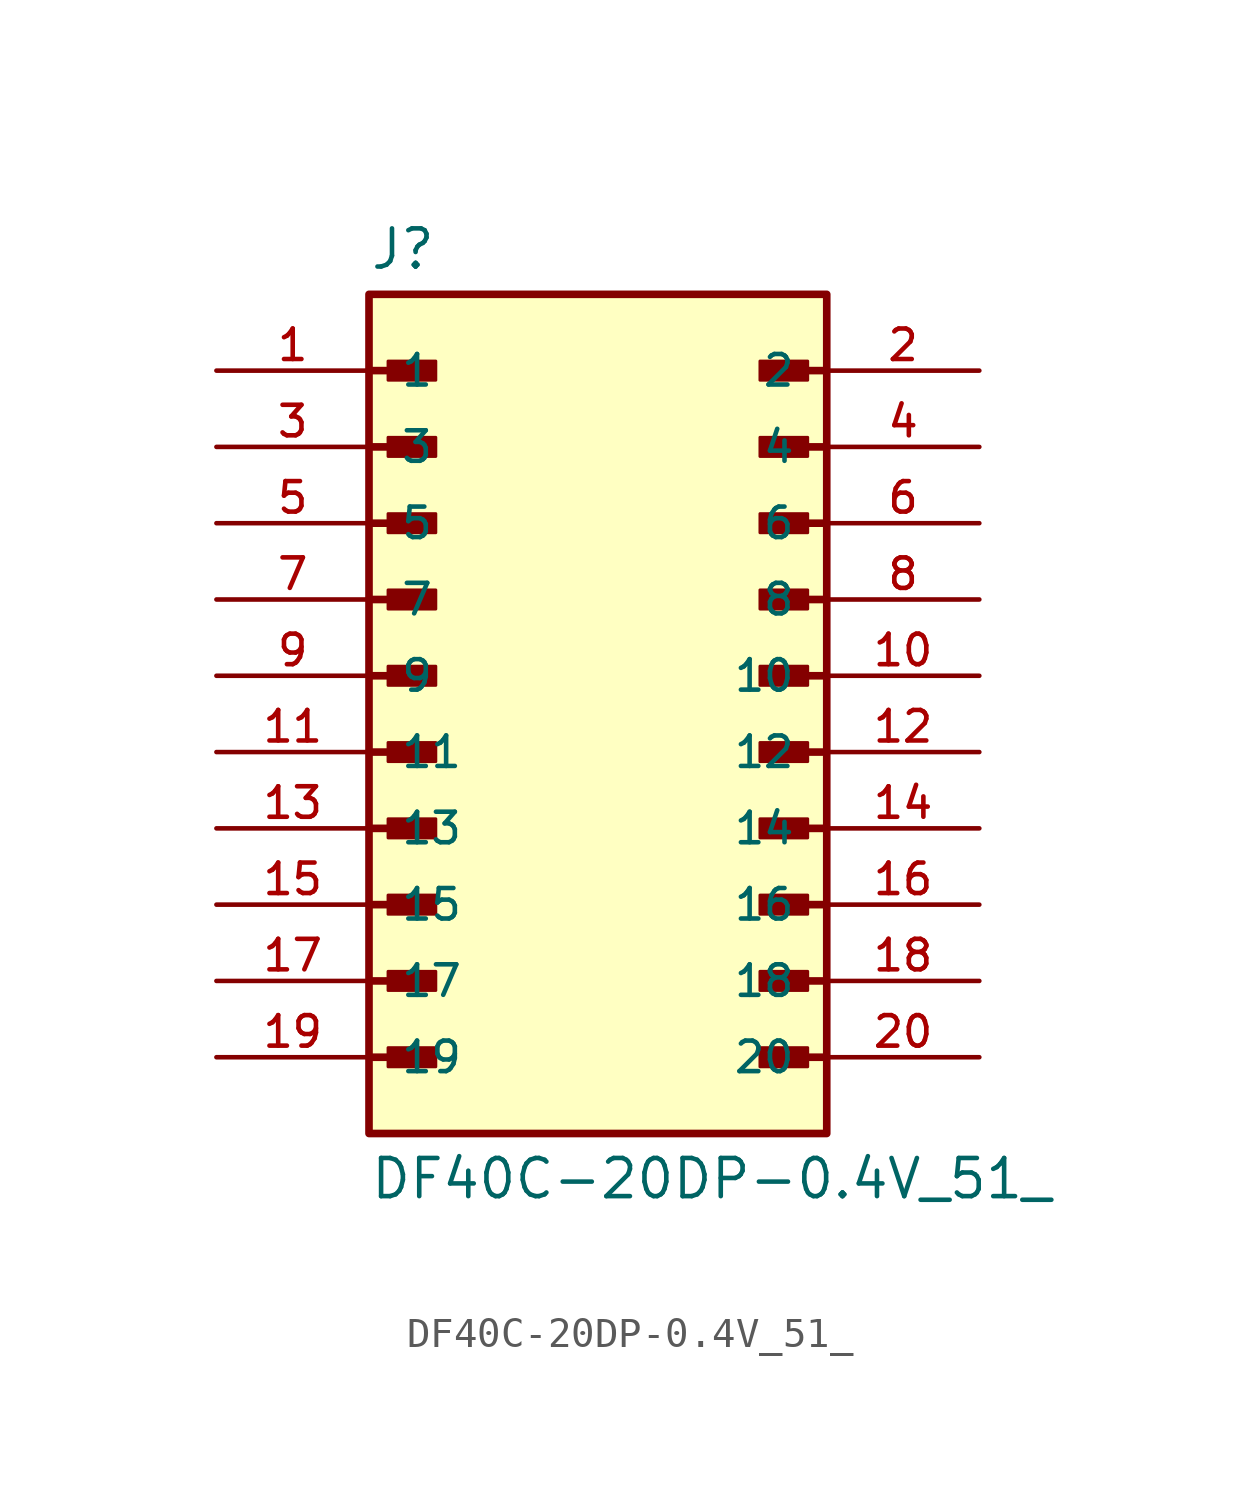
<source format=kicad_sym>
(kicad_symbol_lib
  (version 20241209)
  (generator "kicad_symbol_editor")
  (generator_version "9.0")
  (symbol "DF40C-20DP-0.4V_51_"
    (pin_names
      (offset 1.016))
    (property "Reference" "J"
      (at -7.62 13.462 0)
      (effects (font (size 1.27 1.27)) (justify left bottom)))
    (property "Value" "DF40C-20DP-0.4V_51_"
      (at -7.62 -16.002 0)
      (effects (font (size 1.27 1.27)) (justify left top)))
    (symbol "DF40C-20DP-0.4V_51__0_0"
      (polyline (pts (xy -7.62 10.16) (xy -5.715 10.16)) (stroke (width 0.254) (type default)) (fill (type none)))
      (polyline (pts (xy -7.62 7.62) (xy -5.715 7.62)) (stroke (width 0.254) (type default)) (fill (type none)))
      (polyline (pts (xy -7.62 5.08) (xy -5.715 5.08)) (stroke (width 0.254) (type default)) (fill (type none)))
      (polyline (pts (xy -7.62 2.54) (xy -5.715 2.54)) (stroke (width 0.254) (type default)) (fill (type none)))
      (polyline (pts (xy -7.62 0) (xy -5.715 0)) (stroke (width 0.254) (type default)) (fill (type none)))
      (polyline (pts (xy -7.62 -2.54) (xy -5.715 -2.54)) (stroke (width 0.254) (type default)) (fill (type none)))
      (polyline (pts (xy -7.62 -5.08) (xy -5.715 -5.08)) (stroke (width 0.254) (type default)) (fill (type none)))
      (polyline (pts (xy -7.62 -7.62) (xy -5.715 -7.62)) (stroke (width 0.254) (type default)) (fill (type none)))
      (polyline (pts (xy -7.62 -10.16) (xy -5.715 -10.16)) (stroke (width 0.254) (type default)) (fill (type none)))
      (polyline (pts (xy -7.62 -12.7) (xy -5.715 -12.7)) (stroke (width 0.254) (type default)) (fill (type none)))
      (rectangle (start -7.62 -15.24) (end 7.62 12.7) (stroke (width 0.254) (type default)) (fill (type background)))
      (rectangle (start -6.985 9.842) (end -5.397 10.477) (stroke (width 0.1) (type default)) (fill (type outline)))
      (rectangle (start -6.985 7.303) (end -5.397 7.938) (stroke (width 0.1) (type default)) (fill (type outline)))
      (rectangle (start -6.985 4.763) (end -5.397 5.397) (stroke (width 0.1) (type default)) (fill (type outline)))
      (rectangle (start -6.985 2.223) (end -5.397 2.857) (stroke (width 0.1) (type default)) (fill (type outline)))
      (rectangle (start -6.985 -0.318) (end -5.397 0.318) (stroke (width 0.1) (type default)) (fill (type outline)))
      (rectangle (start -6.985 -2.857) (end -5.397 -2.223) (stroke (width 0.1) (type default)) (fill (type outline)))
      (rectangle (start -6.985 -5.397) (end -5.397 -4.763) (stroke (width 0.1) (type default)) (fill (type outline)))
      (rectangle (start -6.985 -7.938) (end -5.397 -7.303) (stroke (width 0.1) (type default)) (fill (type outline)))
      (rectangle (start -6.985 -10.477) (end -5.397 -9.842) (stroke (width 0.1) (type default)) (fill (type outline)))
      (rectangle (start -6.985 -13.018) (end -5.397 -12.383) (stroke (width 0.1) (type default)) (fill (type outline)))
      (rectangle (start 5.397 9.842) (end 6.985 10.477) (stroke (width 0.1) (type default)) (fill (type outline)))
      (rectangle (start 5.397 7.303) (end 6.985 7.938) (stroke (width 0.1) (type default)) (fill (type outline)))
      (rectangle (start 5.397 4.763) (end 6.985 5.397) (stroke (width 0.1) (type default)) (fill (type outline)))
      (rectangle (start 5.397 2.223) (end 6.985 2.857) (stroke (width 0.1) (type default)) (fill (type outline)))
      (rectangle (start 5.397 -0.318) (end 6.985 0.318) (stroke (width 0.1) (type default)) (fill (type outline)))
      (rectangle (start 5.397 -2.857) (end 6.985 -2.223) (stroke (width 0.1) (type default)) (fill (type outline)))
      (rectangle (start 5.397 -5.397) (end 6.985 -4.763) (stroke (width 0.1) (type default)) (fill (type outline)))
      (rectangle (start 5.397 -7.938) (end 6.985 -7.303) (stroke (width 0.1) (type default)) (fill (type outline)))
      (rectangle (start 5.397 -10.477) (end 6.985 -9.842) (stroke (width 0.1) (type default)) (fill (type outline)))
      (rectangle (start 5.397 -13.018) (end 6.985 -12.383) (stroke (width 0.1) (type default)) (fill (type outline)))
      (polyline (pts (xy 7.62 10.16) (xy 5.715 10.16)) (stroke (width 0.254) (type default)) (fill (type none)))
      (polyline (pts (xy 7.62 7.62) (xy 5.715 7.62)) (stroke (width 0.254) (type default)) (fill (type none)))
      (polyline (pts (xy 7.62 5.08) (xy 5.715 5.08)) (stroke (width 0.254) (type default)) (fill (type none)))
      (polyline (pts (xy 7.62 2.54) (xy 5.715 2.54)) (stroke (width 0.254) (type default)) (fill (type none)))
      (polyline (pts (xy 7.62 0) (xy 5.715 0)) (stroke (width 0.254) (type default)) (fill (type none)))
      (polyline (pts (xy 7.62 -2.54) (xy 5.715 -2.54)) (stroke (width 0.254) (type default)) (fill (type none)))
      (polyline (pts (xy 7.62 -5.08) (xy 5.715 -5.08)) (stroke (width 0.254) (type default)) (fill (type none)))
      (polyline (pts (xy 7.62 -7.62) (xy 5.715 -7.62)) (stroke (width 0.254) (type default)) (fill (type none)))
      (polyline (pts (xy 7.62 -10.16) (xy 5.715 -10.16)) (stroke (width 0.254) (type default)) (fill (type none)))
      (polyline (pts (xy 7.62 -12.7) (xy 5.715 -12.7)) (stroke (width 0.254) (type default)) (fill (type none)))
      (pin passive line (at -12.7 10.16 0) (length 5.08) (name "1" (effects (font (size 1.016 1.016)))) (number "1" (effects (font (size 1.016 1.016)))))
      (pin passive line (at -12.7 7.62 0) (length 5.08) (name "3" (effects (font (size 1.016 1.016)))) (number "3" (effects (font (size 1.016 1.016)))))
      (pin passive line (at -12.7 5.08 0) (length 5.08) (name "5" (effects (font (size 1.016 1.016)))) (number "5" (effects (font (size 1.016 1.016)))))
      (pin passive line (at -12.7 2.54 0) (length 5.08) (name "7" (effects (font (size 1.016 1.016)))) (number "7" (effects (font (size 1.016 1.016)))))
      (pin passive line (at -12.7 0 0) (length 5.08) (name "9" (effects (font (size 1.016 1.016)))) (number "9" (effects (font (size 1.016 1.016)))))
      (pin passive line (at -12.7 -2.54 0) (length 5.08) (name "11" (effects (font (size 1.016 1.016)))) (number "11" (effects (font (size 1.016 1.016)))))
      (pin passive line (at -12.7 -5.08 0) (length 5.08) (name "13" (effects (font (size 1.016 1.016)))) (number "13" (effects (font (size 1.016 1.016)))))
      (pin passive line (at -12.7 -7.62 0) (length 5.08) (name "15" (effects (font (size 1.016 1.016)))) (number "15" (effects (font (size 1.016 1.016)))))
      (pin passive line (at -12.7 -10.16 0) (length 5.08) (name "17" (effects (font (size 1.016 1.016)))) (number "17" (effects (font (size 1.016 1.016)))))
      (pin passive line (at -12.7 -12.7 0) (length 5.08) (name "19" (effects (font (size 1.016 1.016)))) (number "19" (effects (font (size 1.016 1.016)))))
      (pin passive line (at 12.7 10.16 180) (length 5.08) (name "2" (effects (font (size 1.016 1.016)))) (number "2" (effects (font (size 1.016 1.016)))))
      (pin passive line (at 12.7 7.62 180) (length 5.08) (name "4" (effects (font (size 1.016 1.016)))) (number "4" (effects (font (size 1.016 1.016)))))
      (pin passive line (at 12.7 5.08 180) (length 5.08) (name "6" (effects (font (size 1.016 1.016)))) (number "6" (effects (font (size 1.016 1.016)))))
      (pin passive line (at 12.7 2.54 180) (length 5.08) (name "8" (effects (font (size 1.016 1.016)))) (number "8" (effects (font (size 1.016 1.016)))))
      (pin passive line (at 12.7 0 180) (length 5.08) (name "10" (effects (font (size 1.016 1.016)))) (number "10" (effects (font (size 1.016 1.016)))))
      (pin passive line (at 12.7 -2.54 180) (length 5.08) (name "12" (effects (font (size 1.016 1.016)))) (number "12" (effects (font (size 1.016 1.016)))))
      (pin passive line (at 12.7 -5.08 180) (length 5.08) (name "14" (effects (font (size 1.016 1.016)))) (number "14" (effects (font (size 1.016 1.016)))))
      (pin passive line (at 12.7 -7.62 180) (length 5.08) (name "16" (effects (font (size 1.016 1.016)))) (number "16" (effects (font (size 1.016 1.016)))))
      (pin passive line (at 12.7 -10.16 180) (length 5.08) (name "18" (effects (font (size 1.016 1.016)))) (number "18" (effects (font (size 1.016 1.016)))))
      (pin passive line (at 12.7 -12.7 180) (length 5.08) (name "20" (effects (font (size 1.016 1.016)))) (number "20" (effects (font (size 1.016 1.016))))))))
</source>
